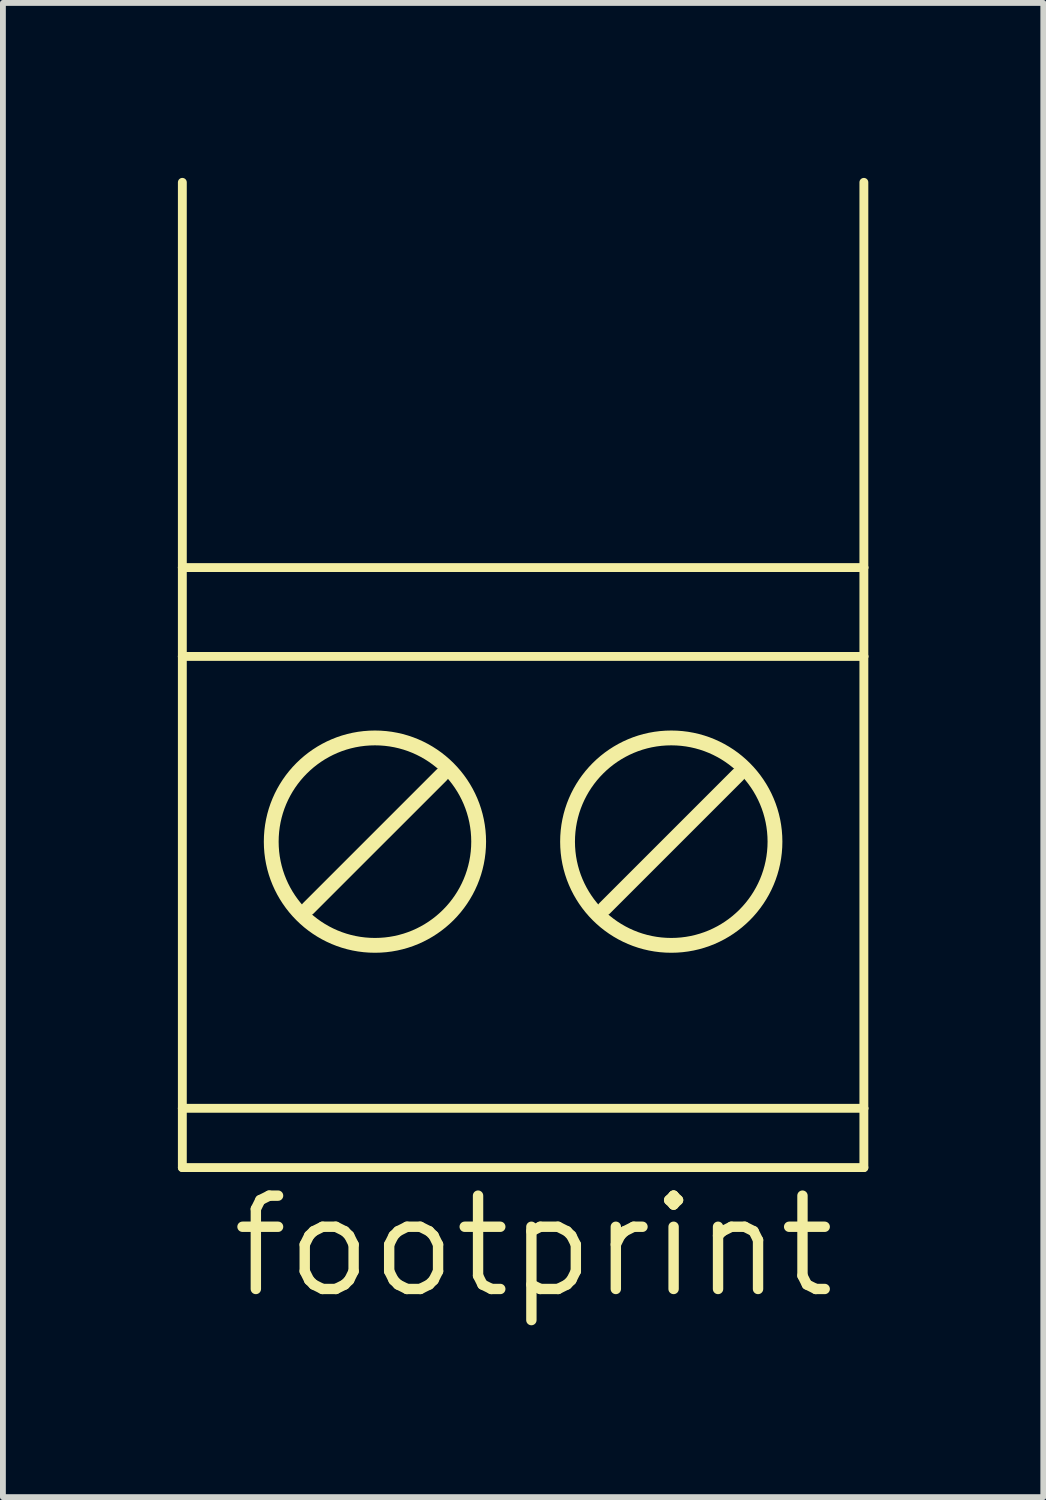
<source format=kicad_pcb>
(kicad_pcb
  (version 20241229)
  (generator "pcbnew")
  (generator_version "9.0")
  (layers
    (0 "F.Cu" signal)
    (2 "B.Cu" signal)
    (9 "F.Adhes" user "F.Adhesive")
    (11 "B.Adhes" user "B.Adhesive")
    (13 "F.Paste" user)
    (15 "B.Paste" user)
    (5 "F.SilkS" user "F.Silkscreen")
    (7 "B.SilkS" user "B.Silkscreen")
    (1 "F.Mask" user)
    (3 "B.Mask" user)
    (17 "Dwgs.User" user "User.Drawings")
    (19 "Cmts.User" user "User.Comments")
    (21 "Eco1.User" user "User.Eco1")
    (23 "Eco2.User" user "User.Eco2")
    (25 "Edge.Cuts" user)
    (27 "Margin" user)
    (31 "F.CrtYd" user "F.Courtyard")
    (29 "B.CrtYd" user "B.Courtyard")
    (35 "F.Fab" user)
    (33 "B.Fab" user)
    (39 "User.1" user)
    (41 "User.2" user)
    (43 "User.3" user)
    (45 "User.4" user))
  (footprint "footprint"
    (layer "F.Cu")
    (at 5.918 10.109)
    (property "Reference" "footprint" (at -5.08 9.144 0) (layer "F.SilkS") (effects (font (size 1.6 1.6) (thickness 0.178)) (justify left bottom)))
    (fp_line (start -5.842 -10.033) (end -5.842 -3.429) (stroke (width 0.152) (type solid)) (layer "F.SilkS"))
    (fp_line (start -5.842 -3.429) (end -5.842 -1.905) (stroke (width 0.152) (type solid)) (layer "F.SilkS"))
    (fp_line (start -5.842 -3.429) (end 5.842 -3.429) (stroke (width 0.152) (type solid)) (layer "F.SilkS"))
    (fp_line (start -5.842 -1.905) (end -5.842 5.842) (stroke (width 0.152) (type solid)) (layer "F.SilkS"))
    (fp_line (start -5.842 -1.905) (end 5.842 -1.905) (stroke (width 0.152) (type solid)) (layer "F.SilkS"))
    (fp_line (start -5.842 5.842) (end -5.842 6.858) (stroke (width 0.152) (type solid)) (layer "F.SilkS"))
    (fp_line (start -5.842 5.842) (end 5.842 5.842) (stroke (width 0.152) (type solid)) (layer "F.SilkS"))
    (fp_line (start -5.842 6.858) (end 5.842 6.858) (stroke (width 0.152) (type solid)) (layer "F.SilkS"))
    (fp_line (start -3.683 2.413) (end -1.397 0.127) (stroke (width 0.254) (type solid)) (layer "F.SilkS"))
    (fp_line (start 1.397 2.413) (end 3.683 0.127) (stroke (width 0.254) (type solid)) (layer "F.SilkS"))
    (fp_line (start 5.842 -10.033) (end 5.842 -3.429) (stroke (width 0.152) (type solid)) (layer "F.SilkS"))
    (fp_line (start 5.842 -3.429) (end 5.842 -1.905) (stroke (width 0.152) (type solid)) (layer "F.SilkS"))
    (fp_line (start 5.842 -1.905) (end 5.842 5.842) (stroke (width 0.152) (type solid)) (layer "F.SilkS"))
    (fp_line (start 5.842 5.842) (end 5.842 6.858) (stroke (width 0.152) (type solid)) (layer "F.SilkS"))
    (fp_circle (center -2.54 1.27) (end -0.762 1.27) (stroke (width 0.254) (type solid)) (fill no) (layer "F.SilkS"))
    (fp_circle (center 2.54 1.27) (end 4.318 1.27) (stroke (width 0.254) (type solid)) (fill no) (layer "F.SilkS")))
  (gr_rect
    (start -3 -3)
    (end 14.836 22.616)
    (stroke (width 0.1) (type default))
    (fill no)
    (layer "Edge.Cuts")))
</source>
